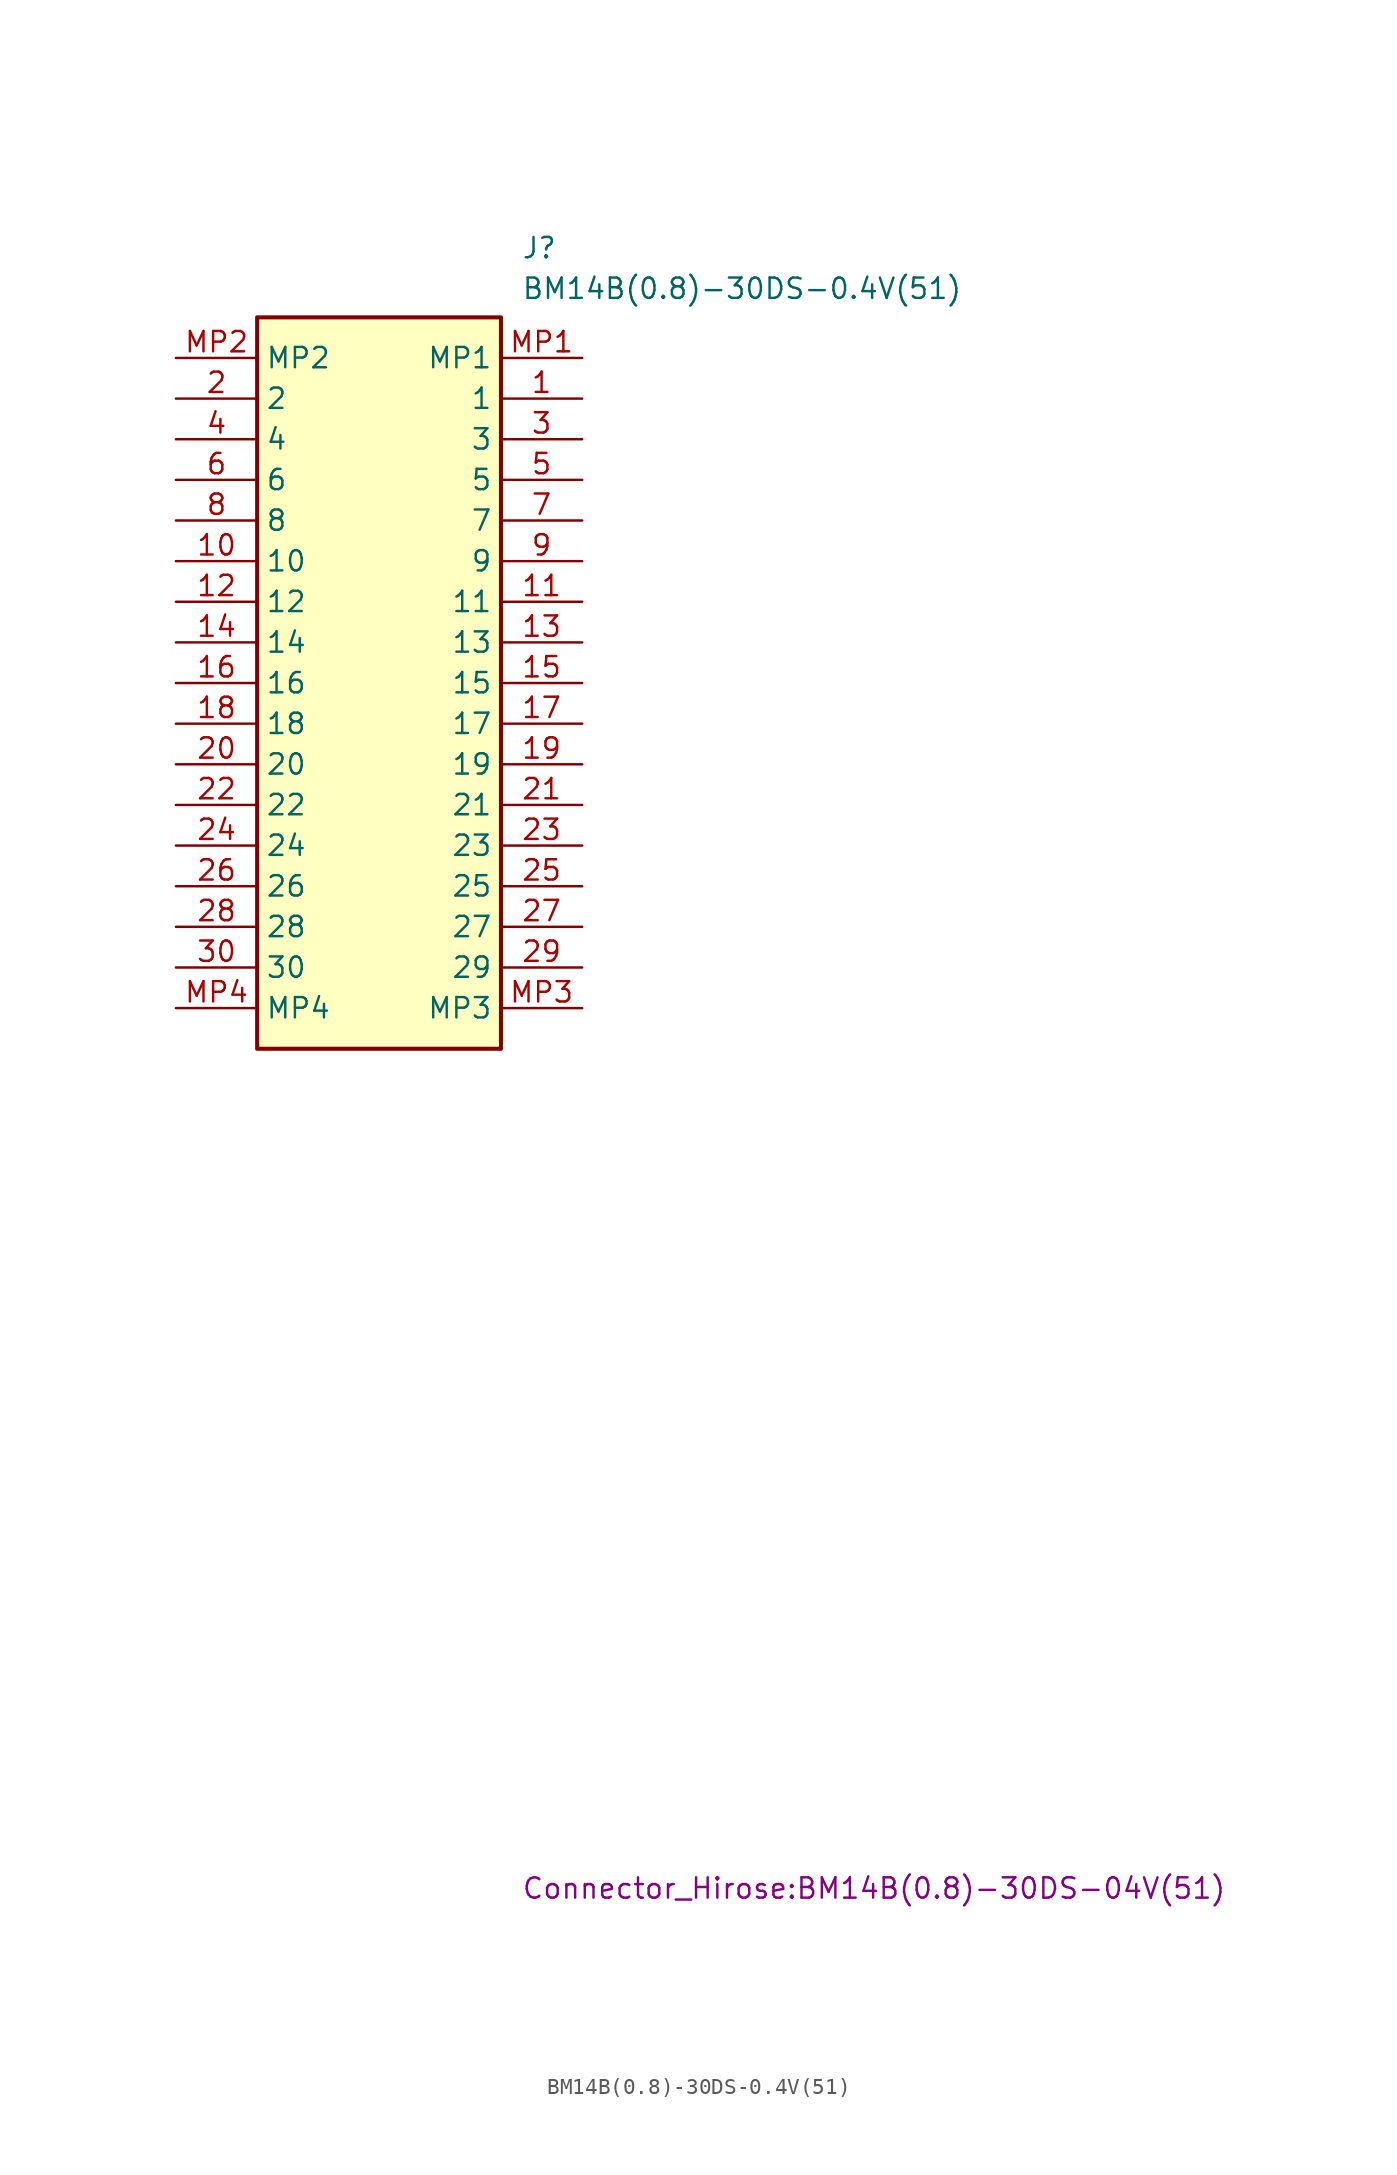
<source format=kicad_sym>
(kicad_symbol_lib
  (version 20241209)
  (generator "kicad_symbol_editor")
  (generator_version "9.0")
  (symbol "BM14B(0.8)-30DS-0.4V(51)"
    (property "Reference" "J"
      (at 21.59 7.62 0)
      (effects (font (size 1.27 1.27)) (justify left top)))
    (property "Value" "BM14B(0.8)-30DS-0.4V(51)"
      (at 21.59 5.08 0)
      (effects (font (size 1.27 1.27)) (justify left top)))
    (property "Footprint" "Connector_Hirose:BM14B(0.8)-30DS-04V(51)"
      (at 21.59 -94.92 0)
      (effects (font (size 1.27 1.27)) (justify left top)))
    (symbol "BM14B(0.8)-30DS-0.4V(51)_1_1"
      (rectangle (start 5.08 2.54) (end 20.32 -43.18) (stroke (width 0.254) (type default)) (fill (type background)))
      (pin passive line (at 0 0 0) (length 5.08) (name "MP2" (effects (font (size 1.27 1.27)))) (number "MP2" (effects (font (size 1.27 1.27)))))
      (pin passive line (at 0 -2.54 0) (length 5.08) (name "2" (effects (font (size 1.27 1.27)))) (number "2" (effects (font (size 1.27 1.27)))))
      (pin passive line (at 0 -5.08 0) (length 5.08) (name "4" (effects (font (size 1.27 1.27)))) (number "4" (effects (font (size 1.27 1.27)))))
      (pin passive line (at 0 -7.62 0) (length 5.08) (name "6" (effects (font (size 1.27 1.27)))) (number "6" (effects (font (size 1.27 1.27)))))
      (pin passive line (at 0 -10.16 0) (length 5.08) (name "8" (effects (font (size 1.27 1.27)))) (number "8" (effects (font (size 1.27 1.27)))))
      (pin passive line (at 0 -12.7 0) (length 5.08) (name "10" (effects (font (size 1.27 1.27)))) (number "10" (effects (font (size 1.27 1.27)))))
      (pin passive line (at 0 -15.24 0) (length 5.08) (name "12" (effects (font (size 1.27 1.27)))) (number "12" (effects (font (size 1.27 1.27)))))
      (pin passive line (at 0 -17.78 0) (length 5.08) (name "14" (effects (font (size 1.27 1.27)))) (number "14" (effects (font (size 1.27 1.27)))))
      (pin passive line (at 0 -20.32 0) (length 5.08) (name "16" (effects (font (size 1.27 1.27)))) (number "16" (effects (font (size 1.27 1.27)))))
      (pin passive line (at 0 -22.86 0) (length 5.08) (name "18" (effects (font (size 1.27 1.27)))) (number "18" (effects (font (size 1.27 1.27)))))
      (pin passive line (at 0 -25.4 0) (length 5.08) (name "20" (effects (font (size 1.27 1.27)))) (number "20" (effects (font (size 1.27 1.27)))))
      (pin passive line (at 0 -27.94 0) (length 5.08) (name "22" (effects (font (size 1.27 1.27)))) (number "22" (effects (font (size 1.27 1.27)))))
      (pin passive line (at 0 -30.48 0) (length 5.08) (name "24" (effects (font (size 1.27 1.27)))) (number "24" (effects (font (size 1.27 1.27)))))
      (pin passive line (at 0 -33.02 0) (length 5.08) (name "26" (effects (font (size 1.27 1.27)))) (number "26" (effects (font (size 1.27 1.27)))))
      (pin passive line (at 0 -35.56 0) (length 5.08) (name "28" (effects (font (size 1.27 1.27)))) (number "28" (effects (font (size 1.27 1.27)))))
      (pin passive line (at 0 -38.1 0) (length 5.08) (name "30" (effects (font (size 1.27 1.27)))) (number "30" (effects (font (size 1.27 1.27)))))
      (pin passive line (at 0 -40.64 0) (length 5.08) (name "MP4" (effects (font (size 1.27 1.27)))) (number "MP4" (effects (font (size 1.27 1.27)))))
      (pin passive line (at 25.4 0 180) (length 5.08) (name "MP1" (effects (font (size 1.27 1.27)))) (number "MP1" (effects (font (size 1.27 1.27)))))
      (pin passive line (at 25.4 -2.54 180) (length 5.08) (name "1" (effects (font (size 1.27 1.27)))) (number "1" (effects (font (size 1.27 1.27)))))
      (pin passive line (at 25.4 -5.08 180) (length 5.08) (name "3" (effects (font (size 1.27 1.27)))) (number "3" (effects (font (size 1.27 1.27)))))
      (pin passive line (at 25.4 -7.62 180) (length 5.08) (name "5" (effects (font (size 1.27 1.27)))) (number "5" (effects (font (size 1.27 1.27)))))
      (pin passive line (at 25.4 -10.16 180) (length 5.08) (name "7" (effects (font (size 1.27 1.27)))) (number "7" (effects (font (size 1.27 1.27)))))
      (pin passive line (at 25.4 -12.7 180) (length 5.08) (name "9" (effects (font (size 1.27 1.27)))) (number "9" (effects (font (size 1.27 1.27)))))
      (pin passive line (at 25.4 -15.24 180) (length 5.08) (name "11" (effects (font (size 1.27 1.27)))) (number "11" (effects (font (size 1.27 1.27)))))
      (pin passive line (at 25.4 -17.78 180) (length 5.08) (name "13" (effects (font (size 1.27 1.27)))) (number "13" (effects (font (size 1.27 1.27)))))
      (pin passive line (at 25.4 -20.32 180) (length 5.08) (name "15" (effects (font (size 1.27 1.27)))) (number "15" (effects (font (size 1.27 1.27)))))
      (pin passive line (at 25.4 -22.86 180) (length 5.08) (name "17" (effects (font (size 1.27 1.27)))) (number "17" (effects (font (size 1.27 1.27)))))
      (pin passive line (at 25.4 -25.4 180) (length 5.08) (name "19" (effects (font (size 1.27 1.27)))) (number "19" (effects (font (size 1.27 1.27)))))
      (pin passive line (at 25.4 -27.94 180) (length 5.08) (name "21" (effects (font (size 1.27 1.27)))) (number "21" (effects (font (size 1.27 1.27)))))
      (pin passive line (at 25.4 -30.48 180) (length 5.08) (name "23" (effects (font (size 1.27 1.27)))) (number "23" (effects (font (size 1.27 1.27)))))
      (pin passive line (at 25.4 -33.02 180) (length 5.08) (name "25" (effects (font (size 1.27 1.27)))) (number "25" (effects (font (size 1.27 1.27)))))
      (pin passive line (at 25.4 -35.56 180) (length 5.08) (name "27" (effects (font (size 1.27 1.27)))) (number "27" (effects (font (size 1.27 1.27)))))
      (pin passive line (at 25.4 -38.1 180) (length 5.08) (name "29" (effects (font (size 1.27 1.27)))) (number "29" (effects (font (size 1.27 1.27)))))
      (pin passive line (at 25.4 -40.64 180) (length 5.08) (name "MP3" (effects (font (size 1.27 1.27)))) (number "MP3" (effects (font (size 1.27 1.27))))))))
</source>
